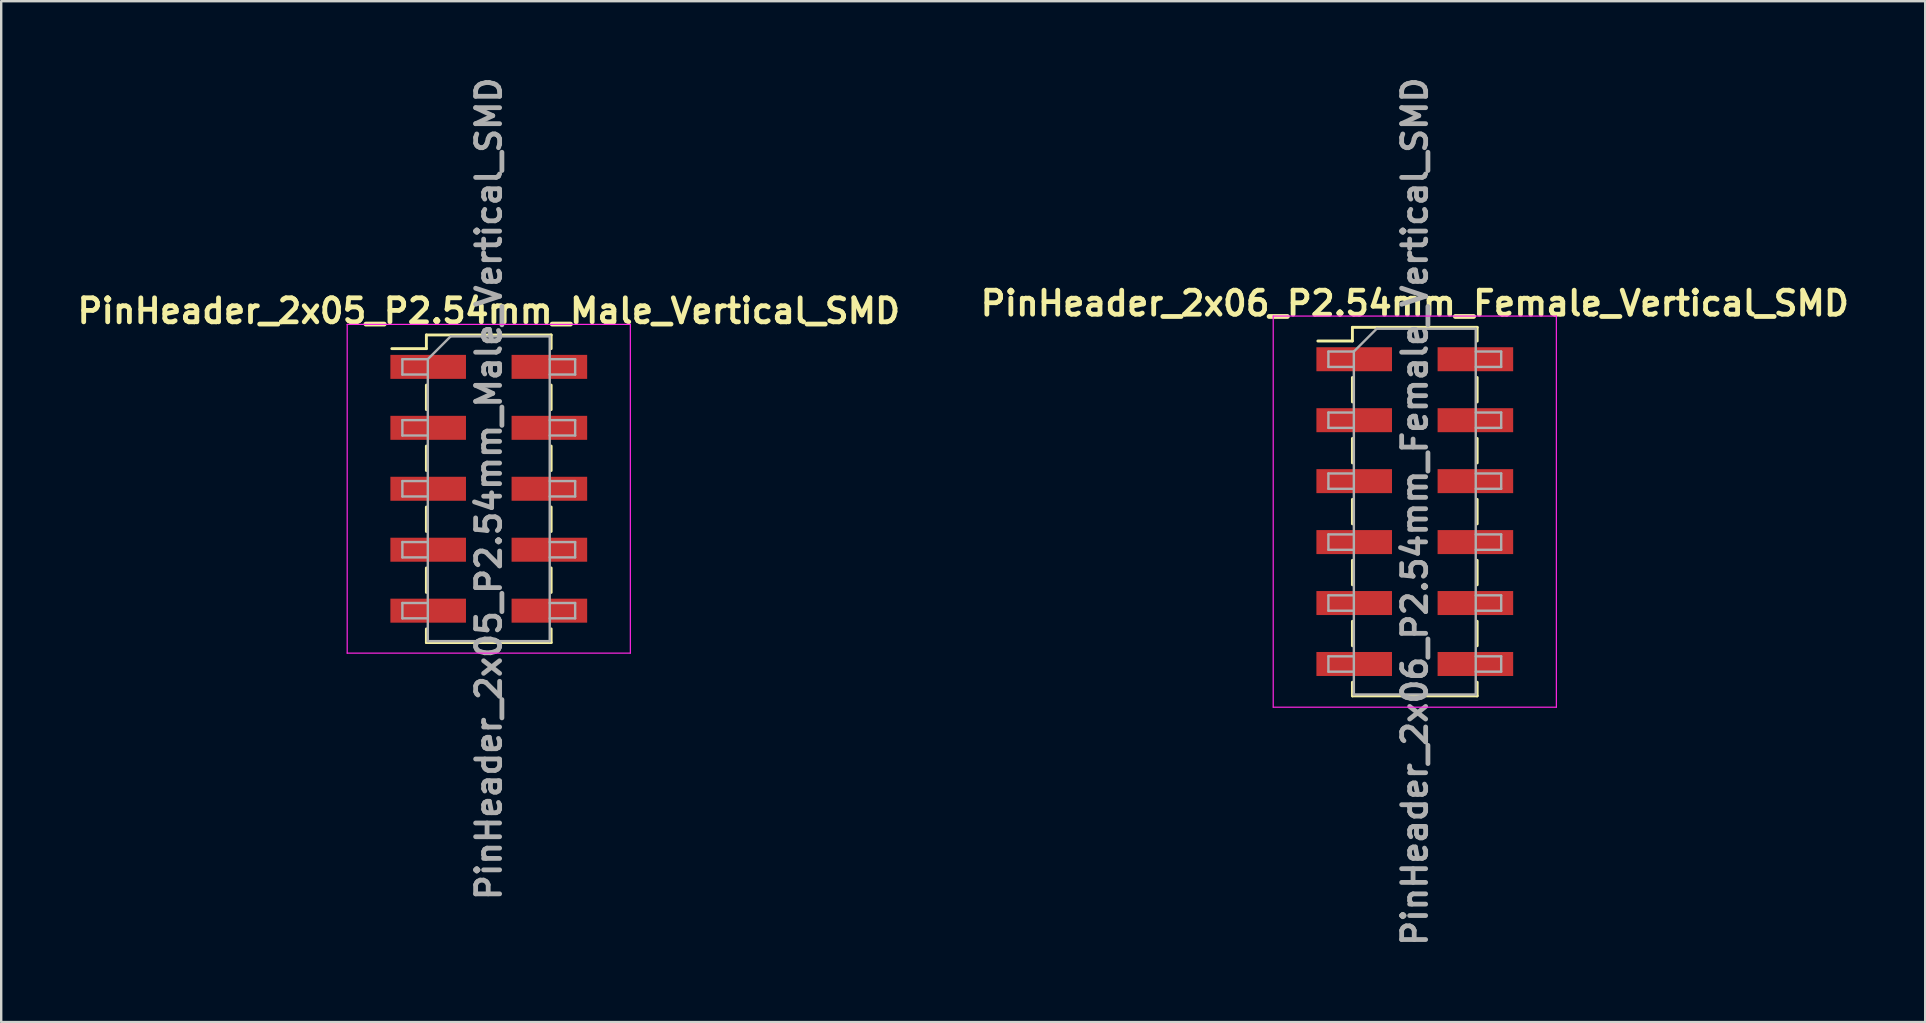
<source format=kicad_pcb>
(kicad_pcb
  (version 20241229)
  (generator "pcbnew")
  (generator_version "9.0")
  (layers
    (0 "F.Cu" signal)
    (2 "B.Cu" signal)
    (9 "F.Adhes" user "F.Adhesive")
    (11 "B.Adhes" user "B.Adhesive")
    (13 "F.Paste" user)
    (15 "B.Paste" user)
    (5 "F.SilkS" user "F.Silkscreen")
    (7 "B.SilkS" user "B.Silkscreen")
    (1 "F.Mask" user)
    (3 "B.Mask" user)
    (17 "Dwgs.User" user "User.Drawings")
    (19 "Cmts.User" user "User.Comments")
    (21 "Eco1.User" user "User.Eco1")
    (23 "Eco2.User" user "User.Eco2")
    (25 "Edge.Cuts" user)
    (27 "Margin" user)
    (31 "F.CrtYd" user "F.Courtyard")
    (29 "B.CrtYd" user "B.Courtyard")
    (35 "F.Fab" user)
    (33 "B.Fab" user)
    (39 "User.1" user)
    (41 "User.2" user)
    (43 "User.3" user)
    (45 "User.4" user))
  (footprint "PinHeader_2x06_P2.54mm_Female_Vertical_SMD"
    (layer "F.Cu")
    (at 55.91 18.271)
    (property "Reference" "PinHeader_2x06_P2.54mm_Female_Vertical_SMD" (at 0 -8.68 0) (layer "F.SilkS") (effects (font (size 1 1) (thickness 0.2))))
    (attr smd)
    (fp_line (start -4.04 -7.11) (end -2.6 -7.11) (stroke (width 0.12) (type solid)) (layer "F.SilkS"))
    (fp_line (start -2.6 -7.68) (end -2.6 -7.11) (stroke (width 0.12) (type solid)) (layer "F.SilkS"))
    (fp_line (start -2.6 -7.68) (end 2.6 -7.68) (stroke (width 0.12) (type solid)) (layer "F.SilkS"))
    (fp_line (start -2.6 -5.59) (end -2.6 -4.57) (stroke (width 0.12) (type solid)) (layer "F.SilkS"))
    (fp_line (start -2.6 -3.05) (end -2.6 -2.03) (stroke (width 0.12) (type solid)) (layer "F.SilkS"))
    (fp_line (start -2.6 -0.51) (end -2.6 0.51) (stroke (width 0.12) (type solid)) (layer "F.SilkS"))
    (fp_line (start -2.6 2.03) (end -2.6 3.05) (stroke (width 0.12) (type solid)) (layer "F.SilkS"))
    (fp_line (start -2.6 4.57) (end -2.6 5.59) (stroke (width 0.12) (type solid)) (layer "F.SilkS"))
    (fp_line (start -2.6 7.11) (end -2.6 7.68) (stroke (width 0.12) (type solid)) (layer "F.SilkS"))
    (fp_line (start -2.6 7.68) (end 2.6 7.68) (stroke (width 0.12) (type solid)) (layer "F.SilkS"))
    (fp_line (start 2.6 -7.68) (end 2.6 -7.11) (stroke (width 0.12) (type solid)) (layer "F.SilkS"))
    (fp_line (start 2.6 -5.59) (end 2.6 -4.57) (stroke (width 0.12) (type solid)) (layer "F.SilkS"))
    (fp_line (start 2.6 -3.05) (end 2.6 -2.03) (stroke (width 0.12) (type solid)) (layer "F.SilkS"))
    (fp_line (start 2.6 -0.51) (end 2.6 0.51) (stroke (width 0.12) (type solid)) (layer "F.SilkS"))
    (fp_line (start 2.6 2.03) (end 2.6 3.05) (stroke (width 0.12) (type solid)) (layer "F.SilkS"))
    (fp_line (start 2.6 4.57) (end 2.6 5.59) (stroke (width 0.12) (type solid)) (layer "F.SilkS"))
    (fp_line (start 2.6 7.11) (end 2.6 7.68) (stroke (width 0.12) (type solid)) (layer "F.SilkS"))
    (fp_line (start -5.9 -8.15) (end -5.9 8.15) (stroke (width 0.05) (type solid)) (layer "F.CrtYd"))
    (fp_line (start -5.9 8.15) (end 5.9 8.15) (stroke (width 0.05) (type solid)) (layer "F.CrtYd"))
    (fp_line (start 5.9 -8.15) (end -5.9 -8.15) (stroke (width 0.05) (type solid)) (layer "F.CrtYd"))
    (fp_line (start 5.9 8.15) (end 5.9 -8.15) (stroke (width 0.05) (type solid)) (layer "F.CrtYd"))
    (fp_line (start -3.6 -6.67) (end -3.6 -6.03) (stroke (width 0.1) (type solid)) (layer "F.Fab"))
    (fp_line (start -3.6 -6.03) (end -2.54 -6.03) (stroke (width 0.1) (type solid)) (layer "F.Fab"))
    (fp_line (start -3.6 -4.13) (end -3.6 -3.49) (stroke (width 0.1) (type solid)) (layer "F.Fab"))
    (fp_line (start -3.6 -3.49) (end -2.54 -3.49) (stroke (width 0.1) (type solid)) (layer "F.Fab"))
    (fp_line (start -3.6 -1.59) (end -3.6 -0.95) (stroke (width 0.1) (type solid)) (layer "F.Fab"))
    (fp_line (start -3.6 -0.95) (end -2.54 -0.95) (stroke (width 0.1) (type solid)) (layer "F.Fab"))
    (fp_line (start -3.6 0.95) (end -3.6 1.59) (stroke (width 0.1) (type solid)) (layer "F.Fab"))
    (fp_line (start -3.6 1.59) (end -2.54 1.59) (stroke (width 0.1) (type solid)) (layer "F.Fab"))
    (fp_line (start -3.6 3.49) (end -3.6 4.13) (stroke (width 0.1) (type solid)) (layer "F.Fab"))
    (fp_line (start -3.6 4.13) (end -2.54 4.13) (stroke (width 0.1) (type solid)) (layer "F.Fab"))
    (fp_line (start -3.6 6.03) (end -3.6 6.67) (stroke (width 0.1) (type solid)) (layer "F.Fab"))
    (fp_line (start -3.6 6.67) (end -2.54 6.67) (stroke (width 0.1) (type solid)) (layer "F.Fab"))
    (fp_line (start -2.54 -6.67) (end -3.6 -6.67) (stroke (width 0.1) (type solid)) (layer "F.Fab"))
    (fp_line (start -2.54 -6.67) (end -1.59 -7.62) (stroke (width 0.1) (type solid)) (layer "F.Fab"))
    (fp_line (start -2.54 -4.13) (end -3.6 -4.13) (stroke (width 0.1) (type solid)) (layer "F.Fab"))
    (fp_line (start -2.54 -1.59) (end -3.6 -1.59) (stroke (width 0.1) (type solid)) (layer "F.Fab"))
    (fp_line (start -2.54 0.95) (end -3.6 0.95) (stroke (width 0.1) (type solid)) (layer "F.Fab"))
    (fp_line (start -2.54 3.49) (end -3.6 3.49) (stroke (width 0.1) (type solid)) (layer "F.Fab"))
    (fp_line (start -2.54 6.03) (end -3.6 6.03) (stroke (width 0.1) (type solid)) (layer "F.Fab"))
    (fp_line (start -2.54 7.62) (end -2.54 -6.67) (stroke (width 0.1) (type solid)) (layer "F.Fab"))
    (fp_line (start -1.59 -7.62) (end 2.54 -7.62) (stroke (width 0.1) (type solid)) (layer "F.Fab"))
    (fp_line (start 2.54 -7.62) (end 2.54 7.62) (stroke (width 0.1) (type solid)) (layer "F.Fab"))
    (fp_line (start 2.54 -6.67) (end 3.6 -6.67) (stroke (width 0.1) (type solid)) (layer "F.Fab"))
    (fp_line (start 2.54 -4.13) (end 3.6 -4.13) (stroke (width 0.1) (type solid)) (layer "F.Fab"))
    (fp_line (start 2.54 -1.59) (end 3.6 -1.59) (stroke (width 0.1) (type solid)) (layer "F.Fab"))
    (fp_line (start 2.54 0.95) (end 3.6 0.95) (stroke (width 0.1) (type solid)) (layer "F.Fab"))
    (fp_line (start 2.54 3.49) (end 3.6 3.49) (stroke (width 0.1) (type solid)) (layer "F.Fab"))
    (fp_line (start 2.54 6.03) (end 3.6 6.03) (stroke (width 0.1) (type solid)) (layer "F.Fab"))
    (fp_line (start 2.54 7.62) (end -2.54 7.62) (stroke (width 0.1) (type solid)) (layer "F.Fab"))
    (fp_line (start 3.6 -6.67) (end 3.6 -6.03) (stroke (width 0.1) (type solid)) (layer "F.Fab"))
    (fp_line (start 3.6 -6.03) (end 2.54 -6.03) (stroke (width 0.1) (type solid)) (layer "F.Fab"))
    (fp_line (start 3.6 -4.13) (end 3.6 -3.49) (stroke (width 0.1) (type solid)) (layer "F.Fab"))
    (fp_line (start 3.6 -3.49) (end 2.54 -3.49) (stroke (width 0.1) (type solid)) (layer "F.Fab"))
    (fp_line (start 3.6 -1.59) (end 3.6 -0.95) (stroke (width 0.1) (type solid)) (layer "F.Fab"))
    (fp_line (start 3.6 -0.95) (end 2.54 -0.95) (stroke (width 0.1) (type solid)) (layer "F.Fab"))
    (fp_line (start 3.6 0.95) (end 3.6 1.59) (stroke (width 0.1) (type solid)) (layer "F.Fab"))
    (fp_line (start 3.6 1.59) (end 2.54 1.59) (stroke (width 0.1) (type solid)) (layer "F.Fab"))
    (fp_line (start 3.6 3.49) (end 3.6 4.13) (stroke (width 0.1) (type solid)) (layer "F.Fab"))
    (fp_line (start 3.6 4.13) (end 2.54 4.13) (stroke (width 0.1) (type solid)) (layer "F.Fab"))
    (fp_line (start 3.6 6.03) (end 3.6 6.67) (stroke (width 0.1) (type solid)) (layer "F.Fab"))
    (fp_line (start 3.6 6.67) (end 2.54 6.67) (stroke (width 0.1) (type solid)) (layer "F.Fab"))
    (fp_text user "${REFERENCE}" (at 0 0 90) (layer "F.Fab") (effects (font (size 1 1) (thickness 0.2))))
    (pad "1" smd rect (at -2.525 -6.35) (size 3.15 1) (layers "F.Cu" "F.Mask" "F.Paste"))
    (pad "2" smd rect (at 2.525 -6.35) (size 3.15 1) (layers "F.Cu" "F.Mask" "F.Paste"))
    (pad "3" smd rect (at -2.525 -3.81) (size 3.15 1) (layers "F.Cu" "F.Mask" "F.Paste"))
    (pad "4" smd rect (at 2.525 -3.81) (size 3.15 1) (layers "F.Cu" "F.Mask" "F.Paste"))
    (pad "5" smd rect (at -2.525 -1.27) (size 3.15 1) (layers "F.Cu" "F.Mask" "F.Paste"))
    (pad "6" smd rect (at 2.525 -1.27) (size 3.15 1) (layers "F.Cu" "F.Mask" "F.Paste"))
    (pad "7" smd rect (at -2.525 1.27) (size 3.15 1) (layers "F.Cu" "F.Mask" "F.Paste"))
    (pad "8" smd rect (at 2.525 1.27) (size 3.15 1) (layers "F.Cu" "F.Mask" "F.Paste"))
    (pad "9" smd rect (at -2.525 3.81) (size 3.15 1) (layers "F.Cu" "F.Mask" "F.Paste"))
    (pad "10" smd rect (at 2.525 3.81) (size 3.15 1) (layers "F.Cu" "F.Mask" "F.Paste"))
    (pad "11" smd rect (at -2.525 6.35) (size 3.15 1) (layers "F.Cu" "F.Mask" "F.Paste"))
    (pad "12" smd rect (at 2.525 6.35) (size 3.15 1) (layers "F.Cu" "F.Mask" "F.Paste")))
  (footprint "PinHeader_2x05_P2.54mm_Male_Vertical_SMD"
    (layer "F.Cu")
    (at 17.319 17.319)
    (property "Reference" "PinHeader_2x05_P2.54mm_Male_Vertical_SMD" (at 0 -7.41 0) (layer "F.SilkS") (effects (font (size 1 1) (thickness 0.2))))
    (attr smd)
    (fp_line (start -4.04 -5.84) (end -2.6 -5.84) (stroke (width 0.12) (type solid)) (layer "F.SilkS"))
    (fp_line (start -2.6 -6.41) (end -2.6 -5.84) (stroke (width 0.12) (type solid)) (layer "F.SilkS"))
    (fp_line (start -2.6 -6.41) (end 2.6 -6.41) (stroke (width 0.12) (type solid)) (layer "F.SilkS"))
    (fp_line (start -2.6 -4.32) (end -2.6 -3.3) (stroke (width 0.12) (type solid)) (layer "F.SilkS"))
    (fp_line (start -2.6 -1.78) (end -2.6 -0.76) (stroke (width 0.12) (type solid)) (layer "F.SilkS"))
    (fp_line (start -2.6 0.76) (end -2.6 1.78) (stroke (width 0.12) (type solid)) (layer "F.SilkS"))
    (fp_line (start -2.6 3.3) (end -2.6 4.32) (stroke (width 0.12) (type solid)) (layer "F.SilkS"))
    (fp_line (start -2.6 5.84) (end -2.6 6.41) (stroke (width 0.12) (type solid)) (layer "F.SilkS"))
    (fp_line (start -2.6 6.41) (end 2.6 6.41) (stroke (width 0.12) (type solid)) (layer "F.SilkS"))
    (fp_line (start 2.6 -6.41) (end 2.6 -5.84) (stroke (width 0.12) (type solid)) (layer "F.SilkS"))
    (fp_line (start 2.6 -4.32) (end 2.6 -3.3) (stroke (width 0.12) (type solid)) (layer "F.SilkS"))
    (fp_line (start 2.6 -1.78) (end 2.6 -0.76) (stroke (width 0.12) (type solid)) (layer "F.SilkS"))
    (fp_line (start 2.6 0.76) (end 2.6 1.78) (stroke (width 0.12) (type solid)) (layer "F.SilkS"))
    (fp_line (start 2.6 3.3) (end 2.6 4.32) (stroke (width 0.12) (type solid)) (layer "F.SilkS"))
    (fp_line (start 2.6 5.84) (end 2.6 6.41) (stroke (width 0.12) (type solid)) (layer "F.SilkS"))
    (fp_line (start -5.9 -6.85) (end -5.9 6.85) (stroke (width 0.05) (type solid)) (layer "F.CrtYd"))
    (fp_line (start -5.9 6.85) (end 5.9 6.85) (stroke (width 0.05) (type solid)) (layer "F.CrtYd"))
    (fp_line (start 5.9 -6.85) (end -5.9 -6.85) (stroke (width 0.05) (type solid)) (layer "F.CrtYd"))
    (fp_line (start 5.9 6.85) (end 5.9 -6.85) (stroke (width 0.05) (type solid)) (layer "F.CrtYd"))
    (fp_line (start -3.6 -5.4) (end -3.6 -4.76) (stroke (width 0.1) (type solid)) (layer "F.Fab"))
    (fp_line (start -3.6 -4.76) (end -2.54 -4.76) (stroke (width 0.1) (type solid)) (layer "F.Fab"))
    (fp_line (start -3.6 -2.86) (end -3.6 -2.22) (stroke (width 0.1) (type solid)) (layer "F.Fab"))
    (fp_line (start -3.6 -2.22) (end -2.54 -2.22) (stroke (width 0.1) (type solid)) (layer "F.Fab"))
    (fp_line (start -3.6 -0.32) (end -3.6 0.32) (stroke (width 0.1) (type solid)) (layer "F.Fab"))
    (fp_line (start -3.6 0.32) (end -2.54 0.32) (stroke (width 0.1) (type solid)) (layer "F.Fab"))
    (fp_line (start -3.6 2.22) (end -3.6 2.86) (stroke (width 0.1) (type solid)) (layer "F.Fab"))
    (fp_line (start -3.6 2.86) (end -2.54 2.86) (stroke (width 0.1) (type solid)) (layer "F.Fab"))
    (fp_line (start -3.6 4.76) (end -3.6 5.4) (stroke (width 0.1) (type solid)) (layer "F.Fab"))
    (fp_line (start -3.6 5.4) (end -2.54 5.4) (stroke (width 0.1) (type solid)) (layer "F.Fab"))
    (fp_line (start -2.54 -5.4) (end -3.6 -5.4) (stroke (width 0.1) (type solid)) (layer "F.Fab"))
    (fp_line (start -2.54 -5.4) (end -1.59 -6.35) (stroke (width 0.1) (type solid)) (layer "F.Fab"))
    (fp_line (start -2.54 -2.86) (end -3.6 -2.86) (stroke (width 0.1) (type solid)) (layer "F.Fab"))
    (fp_line (start -2.54 -0.32) (end -3.6 -0.32) (stroke (width 0.1) (type solid)) (layer "F.Fab"))
    (fp_line (start -2.54 2.22) (end -3.6 2.22) (stroke (width 0.1) (type solid)) (layer "F.Fab"))
    (fp_line (start -2.54 4.76) (end -3.6 4.76) (stroke (width 0.1) (type solid)) (layer "F.Fab"))
    (fp_line (start -2.54 6.35) (end -2.54 -5.4) (stroke (width 0.1) (type solid)) (layer "F.Fab"))
    (fp_line (start -1.59 -6.35) (end 2.54 -6.35) (stroke (width 0.1) (type solid)) (layer "F.Fab"))
    (fp_line (start 2.54 -6.35) (end 2.54 6.35) (stroke (width 0.1) (type solid)) (layer "F.Fab"))
    (fp_line (start 2.54 -5.4) (end 3.6 -5.4) (stroke (width 0.1) (type solid)) (layer "F.Fab"))
    (fp_line (start 2.54 -2.86) (end 3.6 -2.86) (stroke (width 0.1) (type solid)) (layer "F.Fab"))
    (fp_line (start 2.54 -0.32) (end 3.6 -0.32) (stroke (width 0.1) (type solid)) (layer "F.Fab"))
    (fp_line (start 2.54 2.22) (end 3.6 2.22) (stroke (width 0.1) (type solid)) (layer "F.Fab"))
    (fp_line (start 2.54 4.76) (end 3.6 4.76) (stroke (width 0.1) (type solid)) (layer "F.Fab"))
    (fp_line (start 2.54 6.35) (end -2.54 6.35) (stroke (width 0.1) (type solid)) (layer "F.Fab"))
    (fp_line (start 3.6 -5.4) (end 3.6 -4.76) (stroke (width 0.1) (type solid)) (layer "F.Fab"))
    (fp_line (start 3.6 -4.76) (end 2.54 -4.76) (stroke (width 0.1) (type solid)) (layer "F.Fab"))
    (fp_line (start 3.6 -2.86) (end 3.6 -2.22) (stroke (width 0.1) (type solid)) (layer "F.Fab"))
    (fp_line (start 3.6 -2.22) (end 2.54 -2.22) (stroke (width 0.1) (type solid)) (layer "F.Fab"))
    (fp_line (start 3.6 -0.32) (end 3.6 0.32) (stroke (width 0.1) (type solid)) (layer "F.Fab"))
    (fp_line (start 3.6 0.32) (end 2.54 0.32) (stroke (width 0.1) (type solid)) (layer "F.Fab"))
    (fp_line (start 3.6 2.22) (end 3.6 2.86) (stroke (width 0.1) (type solid)) (layer "F.Fab"))
    (fp_line (start 3.6 2.86) (end 2.54 2.86) (stroke (width 0.1) (type solid)) (layer "F.Fab"))
    (fp_line (start 3.6 4.76) (end 3.6 5.4) (stroke (width 0.1) (type solid)) (layer "F.Fab"))
    (fp_line (start 3.6 5.4) (end 2.54 5.4) (stroke (width 0.1) (type solid)) (layer "F.Fab"))
    (fp_text user "${REFERENCE}" (at 0 0 90) (layer "F.Fab") (effects (font (size 1 1) (thickness 0.2))))
    (pad "1" smd rect (at -2.525 -5.08) (size 3.15 1) (layers "F.Cu" "F.Mask" "F.Paste"))
    (pad "2" smd rect (at 2.525 -5.08) (size 3.15 1) (layers "F.Cu" "F.Mask" "F.Paste"))
    (pad "3" smd rect (at -2.525 -2.54) (size 3.15 1) (layers "F.Cu" "F.Mask" "F.Paste"))
    (pad "4" smd rect (at 2.525 -2.54) (size 3.15 1) (layers "F.Cu" "F.Mask" "F.Paste"))
    (pad "5" smd rect (at -2.525 0) (size 3.15 1) (layers "F.Cu" "F.Mask" "F.Paste"))
    (pad "6" smd rect (at 2.525 0) (size 3.15 1) (layers "F.Cu" "F.Mask" "F.Paste"))
    (pad "7" smd rect (at -2.525 2.54) (size 3.15 1) (layers "F.Cu" "F.Mask" "F.Paste"))
    (pad "8" smd rect (at 2.525 2.54) (size 3.15 1) (layers "F.Cu" "F.Mask" "F.Paste"))
    (pad "9" smd rect (at -2.525 5.08) (size 3.15 1) (layers "F.Cu" "F.Mask" "F.Paste"))
    (pad "10" smd rect (at 2.525 5.08) (size 3.15 1) (layers "F.Cu" "F.Mask" "F.Paste")))
  (gr_rect
    (start -3 -3)
    (end 77.181 39.543)
    (stroke (width 0.1) (type default))
    (fill no)
    (layer "Edge.Cuts")))
</source>
